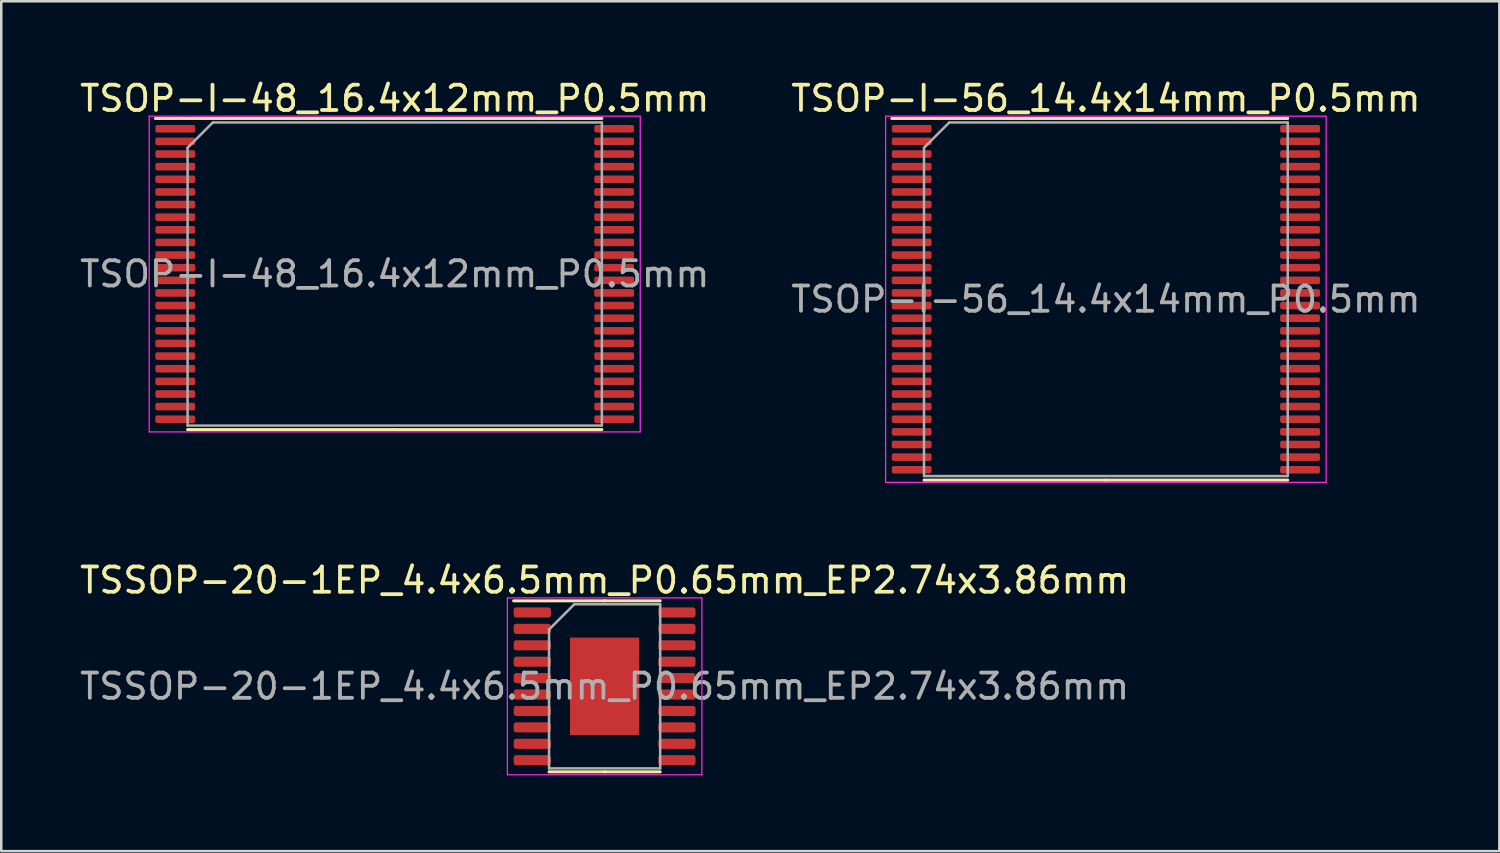
<source format=kicad_pcb>
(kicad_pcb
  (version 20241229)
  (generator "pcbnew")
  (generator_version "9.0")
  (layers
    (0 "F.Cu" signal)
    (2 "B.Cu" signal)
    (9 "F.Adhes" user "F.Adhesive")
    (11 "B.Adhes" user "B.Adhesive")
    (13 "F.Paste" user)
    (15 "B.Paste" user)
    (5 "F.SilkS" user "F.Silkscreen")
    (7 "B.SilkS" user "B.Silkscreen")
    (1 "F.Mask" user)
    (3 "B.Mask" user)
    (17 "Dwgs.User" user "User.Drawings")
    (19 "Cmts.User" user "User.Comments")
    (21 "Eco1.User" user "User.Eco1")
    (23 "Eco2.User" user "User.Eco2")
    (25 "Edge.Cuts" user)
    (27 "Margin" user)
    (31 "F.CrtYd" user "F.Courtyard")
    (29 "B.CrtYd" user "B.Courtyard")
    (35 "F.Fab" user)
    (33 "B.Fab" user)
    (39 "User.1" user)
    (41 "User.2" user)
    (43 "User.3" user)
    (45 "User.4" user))
  (footprint "TSOP-I-56_14.4x14mm_P0.5mm"
    (layer "F.Cu")
    (at 40.732 8.798)
    (property "Reference" "TSOP-I-56_14.4x14mm_P0.5mm" (at 0 -7.95 0) (layer "F.SilkS") (effects (font (size 1 1) (thickness 0.15))))
    (attr smd)
    (fp_line (start 0 -7.16) (end -8.475 -7.16) (stroke (width 0.12) (type solid)) (layer "F.SilkS"))
    (fp_line (start 0 -7.16) (end 7.2 -7.16) (stroke (width 0.12) (type solid)) (layer "F.SilkS"))
    (fp_line (start 0 7.16) (end -7.2 7.16) (stroke (width 0.12) (type solid)) (layer "F.SilkS"))
    (fp_line (start 0 7.16) (end 7.2 7.16) (stroke (width 0.12) (type solid)) (layer "F.SilkS"))
    (fp_line (start -8.72 -7.25) (end -8.72 7.25) (stroke (width 0.05) (type solid)) (layer "F.CrtYd"))
    (fp_line (start -8.72 7.25) (end 8.72 7.25) (stroke (width 0.05) (type solid)) (layer "F.CrtYd"))
    (fp_line (start 8.72 -7.25) (end -8.72 -7.25) (stroke (width 0.05) (type solid)) (layer "F.CrtYd"))
    (fp_line (start 8.72 7.25) (end 8.72 -7.25) (stroke (width 0.05) (type solid)) (layer "F.CrtYd"))
    (fp_line (start -7.2 -6) (end -6.2 -7) (stroke (width 0.1) (type solid)) (layer "F.Fab"))
    (fp_line (start -7.2 7) (end -7.2 -6) (stroke (width 0.1) (type solid)) (layer "F.Fab"))
    (fp_line (start -6.2 -7) (end 7.2 -7) (stroke (width 0.1) (type solid)) (layer "F.Fab"))
    (fp_line (start 7.2 -7) (end 7.2 7) (stroke (width 0.1) (type solid)) (layer "F.Fab"))
    (fp_line (start 7.2 7) (end -7.2 7) (stroke (width 0.1) (type solid)) (layer "F.Fab"))
    (fp_text user "${REFERENCE}" (at 0 0 0) (layer "F.Fab") (effects (font (size 1 1) (thickness 0.15))))
    (pad "1" smd roundrect (at -7.688 -6.75) (size 1.575 0.3) (layers "F.Cu" "F.Mask" "F.Paste") (roundrect_rratio 0.25))
    (pad "2" smd roundrect (at -7.688 -6.25) (size 1.575 0.3) (layers "F.Cu" "F.Mask" "F.Paste") (roundrect_rratio 0.25))
    (pad "3" smd roundrect (at -7.688 -5.75) (size 1.575 0.3) (layers "F.Cu" "F.Mask" "F.Paste") (roundrect_rratio 0.25))
    (pad "4" smd roundrect (at -7.688 -5.25) (size 1.575 0.3) (layers "F.Cu" "F.Mask" "F.Paste") (roundrect_rratio 0.25))
    (pad "5" smd roundrect (at -7.688 -4.75) (size 1.575 0.3) (layers "F.Cu" "F.Mask" "F.Paste") (roundrect_rratio 0.25))
    (pad "6" smd roundrect (at -7.688 -4.25) (size 1.575 0.3) (layers "F.Cu" "F.Mask" "F.Paste") (roundrect_rratio 0.25))
    (pad "7" smd roundrect (at -7.688 -3.75) (size 1.575 0.3) (layers "F.Cu" "F.Mask" "F.Paste") (roundrect_rratio 0.25))
    (pad "8" smd roundrect (at -7.688 -3.25) (size 1.575 0.3) (layers "F.Cu" "F.Mask" "F.Paste") (roundrect_rratio 0.25))
    (pad "9" smd roundrect (at -7.688 -2.75) (size 1.575 0.3) (layers "F.Cu" "F.Mask" "F.Paste") (roundrect_rratio 0.25))
    (pad "10" smd roundrect (at -7.688 -2.25) (size 1.575 0.3) (layers "F.Cu" "F.Mask" "F.Paste") (roundrect_rratio 0.25))
    (pad "11" smd roundrect (at -7.688 -1.75) (size 1.575 0.3) (layers "F.Cu" "F.Mask" "F.Paste") (roundrect_rratio 0.25))
    (pad "12" smd roundrect (at -7.688 -1.25) (size 1.575 0.3) (layers "F.Cu" "F.Mask" "F.Paste") (roundrect_rratio 0.25))
    (pad "13" smd roundrect (at -7.688 -0.75) (size 1.575 0.3) (layers "F.Cu" "F.Mask" "F.Paste") (roundrect_rratio 0.25))
    (pad "14" smd roundrect (at -7.688 -0.25) (size 1.575 0.3) (layers "F.Cu" "F.Mask" "F.Paste") (roundrect_rratio 0.25))
    (pad "15" smd roundrect (at -7.688 0.25) (size 1.575 0.3) (layers "F.Cu" "F.Mask" "F.Paste") (roundrect_rratio 0.25))
    (pad "16" smd roundrect (at -7.688 0.75) (size 1.575 0.3) (layers "F.Cu" "F.Mask" "F.Paste") (roundrect_rratio 0.25))
    (pad "17" smd roundrect (at -7.688 1.25) (size 1.575 0.3) (layers "F.Cu" "F.Mask" "F.Paste") (roundrect_rratio 0.25))
    (pad "18" smd roundrect (at -7.688 1.75) (size 1.575 0.3) (layers "F.Cu" "F.Mask" "F.Paste") (roundrect_rratio 0.25))
    (pad "19" smd roundrect (at -7.688 2.25) (size 1.575 0.3) (layers "F.Cu" "F.Mask" "F.Paste") (roundrect_rratio 0.25))
    (pad "20" smd roundrect (at -7.688 2.75) (size 1.575 0.3) (layers "F.Cu" "F.Mask" "F.Paste") (roundrect_rratio 0.25))
    (pad "21" smd roundrect (at -7.688 3.25) (size 1.575 0.3) (layers "F.Cu" "F.Mask" "F.Paste") (roundrect_rratio 0.25))
    (pad "22" smd roundrect (at -7.688 3.75) (size 1.575 0.3) (layers "F.Cu" "F.Mask" "F.Paste") (roundrect_rratio 0.25))
    (pad "23" smd roundrect (at -7.688 4.25) (size 1.575 0.3) (layers "F.Cu" "F.Mask" "F.Paste") (roundrect_rratio 0.25))
    (pad "24" smd roundrect (at -7.688 4.75) (size 1.575 0.3) (layers "F.Cu" "F.Mask" "F.Paste") (roundrect_rratio 0.25))
    (pad "25" smd roundrect (at -7.688 5.25) (size 1.575 0.3) (layers "F.Cu" "F.Mask" "F.Paste") (roundrect_rratio 0.25))
    (pad "26" smd roundrect (at -7.688 5.75) (size 1.575 0.3) (layers "F.Cu" "F.Mask" "F.Paste") (roundrect_rratio 0.25))
    (pad "27" smd roundrect (at -7.688 6.25) (size 1.575 0.3) (layers "F.Cu" "F.Mask" "F.Paste") (roundrect_rratio 0.25))
    (pad "28" smd roundrect (at -7.688 6.75) (size 1.575 0.3) (layers "F.Cu" "F.Mask" "F.Paste") (roundrect_rratio 0.25))
    (pad "29" smd roundrect (at 7.688 6.75) (size 1.575 0.3) (layers "F.Cu" "F.Mask" "F.Paste") (roundrect_rratio 0.25))
    (pad "30" smd roundrect (at 7.688 6.25) (size 1.575 0.3) (layers "F.Cu" "F.Mask" "F.Paste") (roundrect_rratio 0.25))
    (pad "31" smd roundrect (at 7.688 5.75) (size 1.575 0.3) (layers "F.Cu" "F.Mask" "F.Paste") (roundrect_rratio 0.25))
    (pad "32" smd roundrect (at 7.688 5.25) (size 1.575 0.3) (layers "F.Cu" "F.Mask" "F.Paste") (roundrect_rratio 0.25))
    (pad "33" smd roundrect (at 7.688 4.75) (size 1.575 0.3) (layers "F.Cu" "F.Mask" "F.Paste") (roundrect_rratio 0.25))
    (pad "34" smd roundrect (at 7.688 4.25) (size 1.575 0.3) (layers "F.Cu" "F.Mask" "F.Paste") (roundrect_rratio 0.25))
    (pad "35" smd roundrect (at 7.688 3.75) (size 1.575 0.3) (layers "F.Cu" "F.Mask" "F.Paste") (roundrect_rratio 0.25))
    (pad "36" smd roundrect (at 7.688 3.25) (size 1.575 0.3) (layers "F.Cu" "F.Mask" "F.Paste") (roundrect_rratio 0.25))
    (pad "37" smd roundrect (at 7.688 2.75) (size 1.575 0.3) (layers "F.Cu" "F.Mask" "F.Paste") (roundrect_rratio 0.25))
    (pad "38" smd roundrect (at 7.688 2.25) (size 1.575 0.3) (layers "F.Cu" "F.Mask" "F.Paste") (roundrect_rratio 0.25))
    (pad "39" smd roundrect (at 7.688 1.75) (size 1.575 0.3) (layers "F.Cu" "F.Mask" "F.Paste") (roundrect_rratio 0.25))
    (pad "40" smd roundrect (at 7.688 1.25) (size 1.575 0.3) (layers "F.Cu" "F.Mask" "F.Paste") (roundrect_rratio 0.25))
    (pad "41" smd roundrect (at 7.688 0.75) (size 1.575 0.3) (layers "F.Cu" "F.Mask" "F.Paste") (roundrect_rratio 0.25))
    (pad "42" smd roundrect (at 7.688 0.25) (size 1.575 0.3) (layers "F.Cu" "F.Mask" "F.Paste") (roundrect_rratio 0.25))
    (pad "43" smd roundrect (at 7.688 -0.25) (size 1.575 0.3) (layers "F.Cu" "F.Mask" "F.Paste") (roundrect_rratio 0.25))
    (pad "44" smd roundrect (at 7.688 -0.75) (size 1.575 0.3) (layers "F.Cu" "F.Mask" "F.Paste") (roundrect_rratio 0.25))
    (pad "45" smd roundrect (at 7.688 -1.25) (size 1.575 0.3) (layers "F.Cu" "F.Mask" "F.Paste") (roundrect_rratio 0.25))
    (pad "46" smd roundrect (at 7.688 -1.75) (size 1.575 0.3) (layers "F.Cu" "F.Mask" "F.Paste") (roundrect_rratio 0.25))
    (pad "47" smd roundrect (at 7.688 -2.25) (size 1.575 0.3) (layers "F.Cu" "F.Mask" "F.Paste") (roundrect_rratio 0.25))
    (pad "48" smd roundrect (at 7.688 -2.75) (size 1.575 0.3) (layers "F.Cu" "F.Mask" "F.Paste") (roundrect_rratio 0.25))
    (pad "49" smd roundrect (at 7.688 -3.25) (size 1.575 0.3) (layers "F.Cu" "F.Mask" "F.Paste") (roundrect_rratio 0.25))
    (pad "50" smd roundrect (at 7.688 -3.75) (size 1.575 0.3) (layers "F.Cu" "F.Mask" "F.Paste") (roundrect_rratio 0.25))
    (pad "51" smd roundrect (at 7.688 -4.25) (size 1.575 0.3) (layers "F.Cu" "F.Mask" "F.Paste") (roundrect_rratio 0.25))
    (pad "52" smd roundrect (at 7.688 -4.75) (size 1.575 0.3) (layers "F.Cu" "F.Mask" "F.Paste") (roundrect_rratio 0.25))
    (pad "53" smd roundrect (at 7.688 -5.25) (size 1.575 0.3) (layers "F.Cu" "F.Mask" "F.Paste") (roundrect_rratio 0.25))
    (pad "54" smd roundrect (at 7.688 -5.75) (size 1.575 0.3) (layers "F.Cu" "F.Mask" "F.Paste") (roundrect_rratio 0.25))
    (pad "55" smd roundrect (at 7.688 -6.25) (size 1.575 0.3) (layers "F.Cu" "F.Mask" "F.Paste") (roundrect_rratio 0.25))
    (pad "56" smd roundrect (at 7.688 -6.75) (size 1.575 0.3) (layers "F.Cu" "F.Mask" "F.Paste") (roundrect_rratio 0.25)))
  (footprint "TSSOP-20-1EP_4.4x6.5mm_P0.65mm_EP2.74x3.86mm"
    (layer "F.Cu")
    (at 20.887 24.122)
    (property "Reference" "TSSOP-20-1EP_4.4x6.5mm_P0.65mm_EP2.74x3.86mm" (at 0 -4.2 0) (layer "F.SilkS") (effects (font (size 1 1) (thickness 0.15))))
    (attr smd)
    (fp_line (start 0 -3.385) (end -3.6 -3.385) (stroke (width 0.12) (type solid)) (layer "F.SilkS"))
    (fp_line (start 0 -3.385) (end 2.2 -3.385) (stroke (width 0.12) (type solid)) (layer "F.SilkS"))
    (fp_line (start 0 3.385) (end -2.2 3.385) (stroke (width 0.12) (type solid)) (layer "F.SilkS"))
    (fp_line (start 0 3.385) (end 2.2 3.385) (stroke (width 0.12) (type solid)) (layer "F.SilkS"))
    (fp_line (start -3.85 -3.5) (end -3.85 3.5) (stroke (width 0.05) (type solid)) (layer "F.CrtYd"))
    (fp_line (start -3.85 3.5) (end 3.85 3.5) (stroke (width 0.05) (type solid)) (layer "F.CrtYd"))
    (fp_line (start 3.85 -3.5) (end -3.85 -3.5) (stroke (width 0.05) (type solid)) (layer "F.CrtYd"))
    (fp_line (start 3.85 3.5) (end 3.85 -3.5) (stroke (width 0.05) (type solid)) (layer "F.CrtYd"))
    (fp_line (start -2.2 -2.25) (end -1.2 -3.25) (stroke (width 0.1) (type solid)) (layer "F.Fab"))
    (fp_line (start -2.2 3.25) (end -2.2 -2.25) (stroke (width 0.1) (type solid)) (layer "F.Fab"))
    (fp_line (start -1.2 -3.25) (end 2.2 -3.25) (stroke (width 0.1) (type solid)) (layer "F.Fab"))
    (fp_line (start 2.2 -3.25) (end 2.2 3.25) (stroke (width 0.1) (type solid)) (layer "F.Fab"))
    (fp_line (start 2.2 3.25) (end -2.2 3.25) (stroke (width 0.1) (type solid)) (layer "F.Fab"))
    (fp_text user "${REFERENCE}" (at 0 0 0) (layer "F.Fab") (effects (font (size 1 1) (thickness 0.15))))
    (pad "" smd roundrect (at 0 -0.965) (size 2.21 1.56) (layers "F.Paste") (roundrect_rratio 0.16))
    (pad "" smd roundrect (at 0 0.965) (size 2.21 1.56) (layers "F.Paste") (roundrect_rratio 0.16))
    (pad "1" smd roundrect (at -2.862 -2.925) (size 1.475 0.4) (layers "F.Cu" "F.Mask" "F.Paste") (roundrect_rratio 0.25))
    (pad "2" smd roundrect (at -2.862 -2.275) (size 1.475 0.4) (layers "F.Cu" "F.Mask" "F.Paste") (roundrect_rratio 0.25))
    (pad "3" smd roundrect (at -2.862 -1.625) (size 1.475 0.4) (layers "F.Cu" "F.Mask" "F.Paste") (roundrect_rratio 0.25))
    (pad "4" smd roundrect (at -2.862 -0.975) (size 1.475 0.4) (layers "F.Cu" "F.Mask" "F.Paste") (roundrect_rratio 0.25))
    (pad "5" smd roundrect (at -2.862 -0.325) (size 1.475 0.4) (layers "F.Cu" "F.Mask" "F.Paste") (roundrect_rratio 0.25))
    (pad "6" smd roundrect (at -2.862 0.325) (size 1.475 0.4) (layers "F.Cu" "F.Mask" "F.Paste") (roundrect_rratio 0.25))
    (pad "7" smd roundrect (at -2.862 0.975) (size 1.475 0.4) (layers "F.Cu" "F.Mask" "F.Paste") (roundrect_rratio 0.25))
    (pad "8" smd roundrect (at -2.862 1.625) (size 1.475 0.4) (layers "F.Cu" "F.Mask" "F.Paste") (roundrect_rratio 0.25))
    (pad "9" smd roundrect (at -2.862 2.275) (size 1.475 0.4) (layers "F.Cu" "F.Mask" "F.Paste") (roundrect_rratio 0.25))
    (pad "10" smd roundrect (at -2.862 2.925) (size 1.475 0.4) (layers "F.Cu" "F.Mask" "F.Paste") (roundrect_rratio 0.25))
    (pad "11" smd roundrect (at 2.862 2.925) (size 1.475 0.4) (layers "F.Cu" "F.Mask" "F.Paste") (roundrect_rratio 0.25))
    (pad "12" smd roundrect (at 2.862 2.275) (size 1.475 0.4) (layers "F.Cu" "F.Mask" "F.Paste") (roundrect_rratio 0.25))
    (pad "13" smd roundrect (at 2.862 1.625) (size 1.475 0.4) (layers "F.Cu" "F.Mask" "F.Paste") (roundrect_rratio 0.25))
    (pad "14" smd roundrect (at 2.862 0.975) (size 1.475 0.4) (layers "F.Cu" "F.Mask" "F.Paste") (roundrect_rratio 0.25))
    (pad "15" smd roundrect (at 2.862 0.325) (size 1.475 0.4) (layers "F.Cu" "F.Mask" "F.Paste") (roundrect_rratio 0.25))
    (pad "16" smd roundrect (at 2.862 -0.325) (size 1.475 0.4) (layers "F.Cu" "F.Mask" "F.Paste") (roundrect_rratio 0.25))
    (pad "17" smd roundrect (at 2.862 -0.975) (size 1.475 0.4) (layers "F.Cu" "F.Mask" "F.Paste") (roundrect_rratio 0.25))
    (pad "18" smd roundrect (at 2.862 -1.625) (size 1.475 0.4) (layers "F.Cu" "F.Mask" "F.Paste") (roundrect_rratio 0.25))
    (pad "19" smd roundrect (at 2.862 -2.275) (size 1.475 0.4) (layers "F.Cu" "F.Mask" "F.Paste") (roundrect_rratio 0.25))
    (pad "20" smd roundrect (at 2.862 -2.925) (size 1.475 0.4) (layers "F.Cu" "F.Mask" "F.Paste") (roundrect_rratio 0.25))
    (pad "21" smd rect (at 0 0) (size 2.74 3.86) (layers "F.Cu" "F.Mask")))
  (footprint "TSOP-I-48_16.4x12mm_P0.5mm"
    (layer "F.Cu")
    (at 12.577 7.798)
    (property "Reference" "TSOP-I-48_16.4x12mm_P0.5mm" (at 0 -6.95 0) (layer "F.SilkS") (effects (font (size 1 1) (thickness 0.15))))
    (attr smd)
    (fp_line (start 0 -6.16) (end -9.475 -6.16) (stroke (width 0.12) (type solid)) (layer "F.SilkS"))
    (fp_line (start 0 -6.16) (end 8.2 -6.16) (stroke (width 0.12) (type solid)) (layer "F.SilkS"))
    (fp_line (start 0 6.16) (end -8.2 6.16) (stroke (width 0.12) (type solid)) (layer "F.SilkS"))
    (fp_line (start 0 6.16) (end 8.2 6.16) (stroke (width 0.12) (type solid)) (layer "F.SilkS"))
    (fp_line (start -9.72 -6.25) (end -9.72 6.25) (stroke (width 0.05) (type solid)) (layer "F.CrtYd"))
    (fp_line (start -9.72 6.25) (end 9.72 6.25) (stroke (width 0.05) (type solid)) (layer "F.CrtYd"))
    (fp_line (start 9.72 -6.25) (end -9.72 -6.25) (stroke (width 0.05) (type solid)) (layer "F.CrtYd"))
    (fp_line (start 9.72 6.25) (end 9.72 -6.25) (stroke (width 0.05) (type solid)) (layer "F.CrtYd"))
    (fp_line (start -8.2 -5) (end -7.2 -6) (stroke (width 0.1) (type solid)) (layer "F.Fab"))
    (fp_line (start -8.2 6) (end -8.2 -5) (stroke (width 0.1) (type solid)) (layer "F.Fab"))
    (fp_line (start -7.2 -6) (end 8.2 -6) (stroke (width 0.1) (type solid)) (layer "F.Fab"))
    (fp_line (start 8.2 -6) (end 8.2 6) (stroke (width 0.1) (type solid)) (layer "F.Fab"))
    (fp_line (start 8.2 6) (end -8.2 6) (stroke (width 0.1) (type solid)) (layer "F.Fab"))
    (fp_text user "${REFERENCE}" (at 0 0 0) (layer "F.Fab") (effects (font (size 1 1) (thickness 0.15))))
    (pad "1" smd roundrect (at -8.688 -5.75) (size 1.575 0.3) (layers "F.Cu" "F.Mask" "F.Paste") (roundrect_rratio 0.25))
    (pad "2" smd roundrect (at -8.688 -5.25) (size 1.575 0.3) (layers "F.Cu" "F.Mask" "F.Paste") (roundrect_rratio 0.25))
    (pad "3" smd roundrect (at -8.688 -4.75) (size 1.575 0.3) (layers "F.Cu" "F.Mask" "F.Paste") (roundrect_rratio 0.25))
    (pad "4" smd roundrect (at -8.688 -4.25) (size 1.575 0.3) (layers "F.Cu" "F.Mask" "F.Paste") (roundrect_rratio 0.25))
    (pad "5" smd roundrect (at -8.688 -3.75) (size 1.575 0.3) (layers "F.Cu" "F.Mask" "F.Paste") (roundrect_rratio 0.25))
    (pad "6" smd roundrect (at -8.688 -3.25) (size 1.575 0.3) (layers "F.Cu" "F.Mask" "F.Paste") (roundrect_rratio 0.25))
    (pad "7" smd roundrect (at -8.688 -2.75) (size 1.575 0.3) (layers "F.Cu" "F.Mask" "F.Paste") (roundrect_rratio 0.25))
    (pad "8" smd roundrect (at -8.688 -2.25) (size 1.575 0.3) (layers "F.Cu" "F.Mask" "F.Paste") (roundrect_rratio 0.25))
    (pad "9" smd roundrect (at -8.688 -1.75) (size 1.575 0.3) (layers "F.Cu" "F.Mask" "F.Paste") (roundrect_rratio 0.25))
    (pad "10" smd roundrect (at -8.688 -1.25) (size 1.575 0.3) (layers "F.Cu" "F.Mask" "F.Paste") (roundrect_rratio 0.25))
    (pad "11" smd roundrect (at -8.688 -0.75) (size 1.575 0.3) (layers "F.Cu" "F.Mask" "F.Paste") (roundrect_rratio 0.25))
    (pad "12" smd roundrect (at -8.688 -0.25) (size 1.575 0.3) (layers "F.Cu" "F.Mask" "F.Paste") (roundrect_rratio 0.25))
    (pad "13" smd roundrect (at -8.688 0.25) (size 1.575 0.3) (layers "F.Cu" "F.Mask" "F.Paste") (roundrect_rratio 0.25))
    (pad "14" smd roundrect (at -8.688 0.75) (size 1.575 0.3) (layers "F.Cu" "F.Mask" "F.Paste") (roundrect_rratio 0.25))
    (pad "15" smd roundrect (at -8.688 1.25) (size 1.575 0.3) (layers "F.Cu" "F.Mask" "F.Paste") (roundrect_rratio 0.25))
    (pad "16" smd roundrect (at -8.688 1.75) (size 1.575 0.3) (layers "F.Cu" "F.Mask" "F.Paste") (roundrect_rratio 0.25))
    (pad "17" smd roundrect (at -8.688 2.25) (size 1.575 0.3) (layers "F.Cu" "F.Mask" "F.Paste") (roundrect_rratio 0.25))
    (pad "18" smd roundrect (at -8.688 2.75) (size 1.575 0.3) (layers "F.Cu" "F.Mask" "F.Paste") (roundrect_rratio 0.25))
    (pad "19" smd roundrect (at -8.688 3.25) (size 1.575 0.3) (layers "F.Cu" "F.Mask" "F.Paste") (roundrect_rratio 0.25))
    (pad "20" smd roundrect (at -8.688 3.75) (size 1.575 0.3) (layers "F.Cu" "F.Mask" "F.Paste") (roundrect_rratio 0.25))
    (pad "21" smd roundrect (at -8.688 4.25) (size 1.575 0.3) (layers "F.Cu" "F.Mask" "F.Paste") (roundrect_rratio 0.25))
    (pad "22" smd roundrect (at -8.688 4.75) (size 1.575 0.3) (layers "F.Cu" "F.Mask" "F.Paste") (roundrect_rratio 0.25))
    (pad "23" smd roundrect (at -8.688 5.25) (size 1.575 0.3) (layers "F.Cu" "F.Mask" "F.Paste") (roundrect_rratio 0.25))
    (pad "24" smd roundrect (at -8.688 5.75) (size 1.575 0.3) (layers "F.Cu" "F.Mask" "F.Paste") (roundrect_rratio 0.25))
    (pad "25" smd roundrect (at 8.688 5.75) (size 1.575 0.3) (layers "F.Cu" "F.Mask" "F.Paste") (roundrect_rratio 0.25))
    (pad "26" smd roundrect (at 8.688 5.25) (size 1.575 0.3) (layers "F.Cu" "F.Mask" "F.Paste") (roundrect_rratio 0.25))
    (pad "27" smd roundrect (at 8.688 4.75) (size 1.575 0.3) (layers "F.Cu" "F.Mask" "F.Paste") (roundrect_rratio 0.25))
    (pad "28" smd roundrect (at 8.688 4.25) (size 1.575 0.3) (layers "F.Cu" "F.Mask" "F.Paste") (roundrect_rratio 0.25))
    (pad "29" smd roundrect (at 8.688 3.75) (size 1.575 0.3) (layers "F.Cu" "F.Mask" "F.Paste") (roundrect_rratio 0.25))
    (pad "30" smd roundrect (at 8.688 3.25) (size 1.575 0.3) (layers "F.Cu" "F.Mask" "F.Paste") (roundrect_rratio 0.25))
    (pad "31" smd roundrect (at 8.688 2.75) (size 1.575 0.3) (layers "F.Cu" "F.Mask" "F.Paste") (roundrect_rratio 0.25))
    (pad "32" smd roundrect (at 8.688 2.25) (size 1.575 0.3) (layers "F.Cu" "F.Mask" "F.Paste") (roundrect_rratio 0.25))
    (pad "33" smd roundrect (at 8.688 1.75) (size 1.575 0.3) (layers "F.Cu" "F.Mask" "F.Paste") (roundrect_rratio 0.25))
    (pad "34" smd roundrect (at 8.688 1.25) (size 1.575 0.3) (layers "F.Cu" "F.Mask" "F.Paste") (roundrect_rratio 0.25))
    (pad "35" smd roundrect (at 8.688 0.75) (size 1.575 0.3) (layers "F.Cu" "F.Mask" "F.Paste") (roundrect_rratio 0.25))
    (pad "36" smd roundrect (at 8.688 0.25) (size 1.575 0.3) (layers "F.Cu" "F.Mask" "F.Paste") (roundrect_rratio 0.25))
    (pad "37" smd roundrect (at 8.688 -0.25) (size 1.575 0.3) (layers "F.Cu" "F.Mask" "F.Paste") (roundrect_rratio 0.25))
    (pad "38" smd roundrect (at 8.688 -0.75) (size 1.575 0.3) (layers "F.Cu" "F.Mask" "F.Paste") (roundrect_rratio 0.25))
    (pad "39" smd roundrect (at 8.688 -1.25) (size 1.575 0.3) (layers "F.Cu" "F.Mask" "F.Paste") (roundrect_rratio 0.25))
    (pad "40" smd roundrect (at 8.688 -1.75) (size 1.575 0.3) (layers "F.Cu" "F.Mask" "F.Paste") (roundrect_rratio 0.25))
    (pad "41" smd roundrect (at 8.688 -2.25) (size 1.575 0.3) (layers "F.Cu" "F.Mask" "F.Paste") (roundrect_rratio 0.25))
    (pad "42" smd roundrect (at 8.688 -2.75) (size 1.575 0.3) (layers "F.Cu" "F.Mask" "F.Paste") (roundrect_rratio 0.25))
    (pad "43" smd roundrect (at 8.688 -3.25) (size 1.575 0.3) (layers "F.Cu" "F.Mask" "F.Paste") (roundrect_rratio 0.25))
    (pad "44" smd roundrect (at 8.688 -3.75) (size 1.575 0.3) (layers "F.Cu" "F.Mask" "F.Paste") (roundrect_rratio 0.25))
    (pad "45" smd roundrect (at 8.688 -4.25) (size 1.575 0.3) (layers "F.Cu" "F.Mask" "F.Paste") (roundrect_rratio 0.25))
    (pad "46" smd roundrect (at 8.688 -4.75) (size 1.575 0.3) (layers "F.Cu" "F.Mask" "F.Paste") (roundrect_rratio 0.25))
    (pad "47" smd roundrect (at 8.688 -5.25) (size 1.575 0.3) (layers "F.Cu" "F.Mask" "F.Paste") (roundrect_rratio 0.25))
    (pad "48" smd roundrect (at 8.688 -5.75) (size 1.575 0.3) (layers "F.Cu" "F.Mask" "F.Paste") (roundrect_rratio 0.25)))
  (gr_rect
    (start -3 -3)
    (end 56.31 30.646)
    (stroke (width 0.1) (type default))
    (fill no)
    (layer "Edge.Cuts")))
</source>
